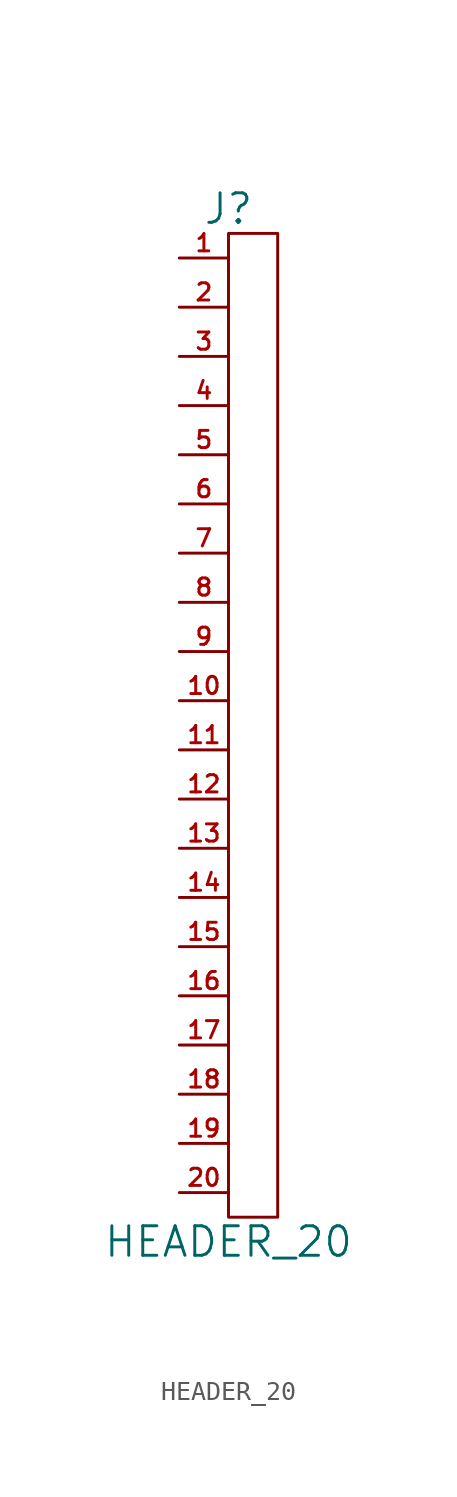
<source format=kicad_sym>
(kicad_symbol_lib
  (version 20201005)
  (generator kicad_symbol_editor)
  (symbol "HEADER_20"
    (pin_names
      (offset 0))
    (property "Reference" "J"
      (at 0 26.67 0)
      (effects (font (size 1.524 1.524))))
    (property "Value" "HEADER_20"
      (at 0 -26.67 0)
      (effects (font (size 1.524 1.524))))
    (property "Footprint" ""
      (at 0 0 0)
      (effects (font (size 1.524 1.524))))
    (property "Datasheet" ""
      (at 0 0 0)
      (effects (font (size 1.524 1.524))))
    (symbol "HEADER_20_0_1"
      (rectangle (start 2.54 25.4) (end 0 -25.4) (stroke (width 0)) (fill (type none))))
    (symbol "HEADER_20_1_1"
      (pin passive line (at -2.54 24.13 0) (length 2.54) (name "~" (effects (font (size 1.27 1.27)))) (number "1" (effects (font (size 0.889 0.889)))))
      (pin passive line (at -2.54 1.27 0) (length 2.54) (name "~" (effects (font (size 1.27 1.27)))) (number "10" (effects (font (size 0.889 0.889)))))
      (pin passive line (at -2.54 -1.27 0) (length 2.54) (name "~" (effects (font (size 0.889 0.889)))) (number "11" (effects (font (size 0.889 0.889)))))
      (pin passive line (at -2.54 -3.81 0) (length 2.54) (name "~" (effects (font (size 1.27 1.27)))) (number "12" (effects (font (size 0.889 0.889)))))
      (pin passive line (at -2.54 -6.35 0) (length 2.54) (name "~" (effects (font (size 1.27 1.27)))) (number "13" (effects (font (size 0.889 0.889)))))
      (pin passive line (at -2.54 -8.89 0) (length 2.54) (name "~" (effects (font (size 1.27 1.27)))) (number "14" (effects (font (size 0.889 0.889)))))
      (pin passive line (at -2.54 -11.43 0) (length 2.54) (name "~" (effects (font (size 1.27 1.27)))) (number "15" (effects (font (size 0.889 0.889)))))
      (pin passive line (at -2.54 -13.97 0) (length 2.54) (name "~" (effects (font (size 1.27 1.27)))) (number "16" (effects (font (size 0.889 0.889)))))
      (pin passive line (at -2.54 -16.51 0) (length 2.54) (name "~" (effects (font (size 1.27 1.27)))) (number "17" (effects (font (size 0.889 0.889)))))
      (pin passive line (at -2.54 -19.05 0) (length 2.54) (name "~" (effects (font (size 1.27 1.27)))) (number "18" (effects (font (size 0.889 0.889)))))
      (pin passive line (at -2.54 -21.59 0) (length 2.54) (name "~" (effects (font (size 1.27 1.27)))) (number "19" (effects (font (size 0.889 0.889)))))
      (pin passive line (at -2.54 21.59 0) (length 2.54) (name "~" (effects (font (size 1.27 1.27)))) (number "2" (effects (font (size 0.889 0.889)))))
      (pin passive line (at -2.54 -24.13 0) (length 2.54) (name "~" (effects (font (size 1.27 1.27)))) (number "20" (effects (font (size 0.889 0.889)))))
      (pin passive line (at -2.54 19.05 0) (length 2.54) (name "~" (effects (font (size 1.27 1.27)))) (number "3" (effects (font (size 0.889 0.889)))))
      (pin passive line (at -2.54 16.51 0) (length 2.54) (name "~" (effects (font (size 1.27 1.27)))) (number "4" (effects (font (size 0.889 0.889)))))
      (pin passive line (at -2.54 13.97 0) (length 2.54) (name "~" (effects (font (size 1.27 1.27)))) (number "5" (effects (font (size 0.889 0.889)))))
      (pin passive line (at -2.54 11.43 0) (length 2.54) (name "~" (effects (font (size 1.27 1.27)))) (number "6" (effects (font (size 0.889 0.889)))))
      (pin passive line (at -2.54 8.89 0) (length 2.54) (name "~" (effects (font (size 1.27 1.27)))) (number "7" (effects (font (size 0.889 0.889)))))
      (pin passive line (at -2.54 6.35 0) (length 2.54) (name "~" (effects (font (size 1.27 1.27)))) (number "8" (effects (font (size 0.889 0.889)))))
      (pin passive line (at -2.54 3.81 0) (length 2.54) (name "~" (effects (font (size 1.27 1.27)))) (number "9" (effects (font (size 0.889 0.889))))))))
</source>
